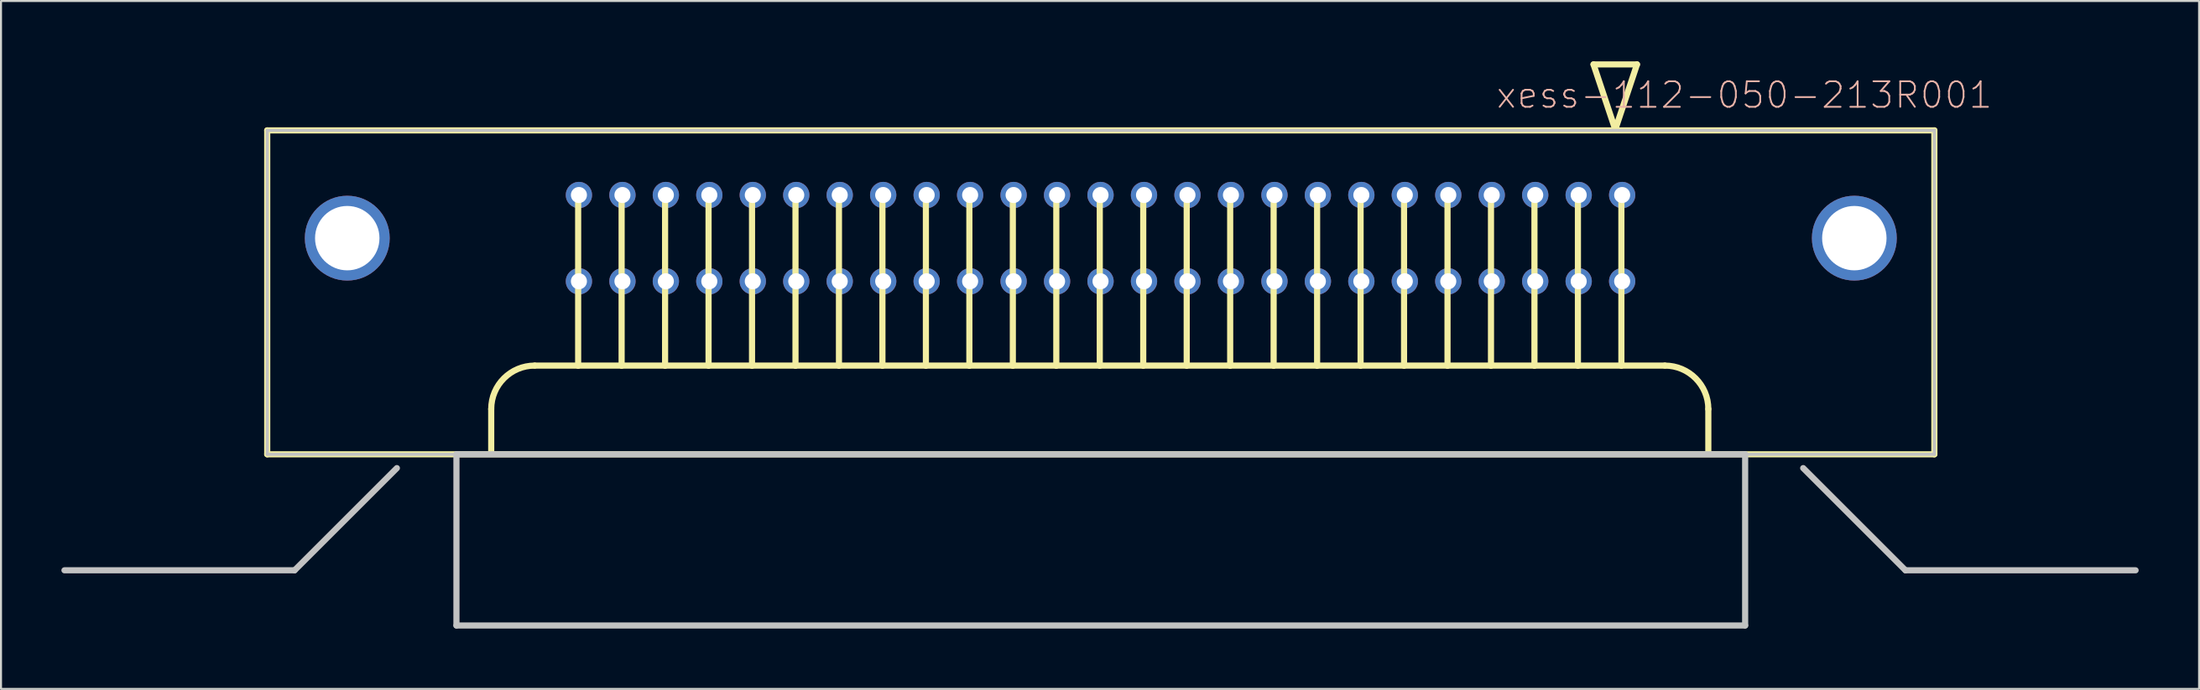
<source format=kicad_pcb>
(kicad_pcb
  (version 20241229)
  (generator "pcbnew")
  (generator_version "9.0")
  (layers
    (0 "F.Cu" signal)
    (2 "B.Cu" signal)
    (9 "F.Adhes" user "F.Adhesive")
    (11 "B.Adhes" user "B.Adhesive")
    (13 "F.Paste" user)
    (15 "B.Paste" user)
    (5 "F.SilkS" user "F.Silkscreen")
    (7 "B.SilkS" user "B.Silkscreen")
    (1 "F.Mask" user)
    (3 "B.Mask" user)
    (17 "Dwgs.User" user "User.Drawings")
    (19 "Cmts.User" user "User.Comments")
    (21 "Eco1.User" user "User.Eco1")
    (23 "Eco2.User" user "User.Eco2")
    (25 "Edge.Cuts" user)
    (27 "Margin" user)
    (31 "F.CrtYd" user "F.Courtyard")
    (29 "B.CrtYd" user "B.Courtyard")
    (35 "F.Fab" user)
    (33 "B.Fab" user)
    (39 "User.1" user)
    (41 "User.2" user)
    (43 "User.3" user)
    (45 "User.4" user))
  (footprint "xess-112-050-213R001"
    (layer "F.Cu")
    (at 89.052 8.788)
    (property "Reference" "xess-112-050-213R001" (at -5.461 -7.112 0) (layer "B.SilkS") (effects (font (size 1.27 1.27) (thickness 0.089))))
    (attr exclude_from_pos_files exclude_from_bom)
    (fp_line (start -78.829 -5.357) (end -78.829 10.744) (stroke (width 0.305) (type solid)) (layer "F.SilkS"))
    (fp_line (start -78.829 10.744) (end 3.975 10.744) (stroke (width 0.305) (type solid)) (layer "F.SilkS"))
    (fp_line (start -67.704 10.653) (end -67.704 8.494) (stroke (width 0.305) (type solid)) (layer "F.SilkS"))
    (fp_line (start -65.545 6.335) (end -63.386 6.335) (stroke (width 0.305) (type solid)) (layer "F.SilkS"))
    (fp_line (start -63.386 6.335) (end -63.386 -2.299) (stroke (width 0.305) (type solid)) (layer "F.SilkS"))
    (fp_line (start -63.386 6.335) (end -61.227 6.335) (stroke (width 0.305) (type solid)) (layer "F.SilkS"))
    (fp_line (start -61.227 6.335) (end -61.227 -2.299) (stroke (width 0.305) (type solid)) (layer "F.SilkS"))
    (fp_line (start -61.227 6.335) (end -59.068 6.335) (stroke (width 0.305) (type solid)) (layer "F.SilkS"))
    (fp_line (start -59.068 6.335) (end -59.068 -2.299) (stroke (width 0.305) (type solid)) (layer "F.SilkS"))
    (fp_line (start -59.068 6.335) (end -56.909 6.335) (stroke (width 0.305) (type solid)) (layer "F.SilkS"))
    (fp_line (start -56.909 6.335) (end -56.909 -2.299) (stroke (width 0.305) (type solid)) (layer "F.SilkS"))
    (fp_line (start -56.909 6.335) (end -54.75 6.335) (stroke (width 0.305) (type solid)) (layer "F.SilkS"))
    (fp_line (start -54.75 6.335) (end -54.75 -2.299) (stroke (width 0.305) (type solid)) (layer "F.SilkS"))
    (fp_line (start -54.75 6.335) (end -52.591 6.335) (stroke (width 0.305) (type solid)) (layer "F.SilkS"))
    (fp_line (start -52.591 6.335) (end -52.591 -2.299) (stroke (width 0.305) (type solid)) (layer "F.SilkS"))
    (fp_line (start -52.591 6.335) (end -50.432 6.335) (stroke (width 0.305) (type solid)) (layer "F.SilkS"))
    (fp_line (start -50.432 6.335) (end -50.432 -2.299) (stroke (width 0.305) (type solid)) (layer "F.SilkS"))
    (fp_line (start -50.432 6.335) (end -48.273 6.335) (stroke (width 0.305) (type solid)) (layer "F.SilkS"))
    (fp_line (start -48.273 6.335) (end -48.273 -2.299) (stroke (width 0.305) (type solid)) (layer "F.SilkS"))
    (fp_line (start -48.273 6.335) (end -46.114 6.335) (stroke (width 0.305) (type solid)) (layer "F.SilkS"))
    (fp_line (start -46.114 6.335) (end -46.114 -2.299) (stroke (width 0.305) (type solid)) (layer "F.SilkS"))
    (fp_line (start -46.114 6.335) (end -43.955 6.335) (stroke (width 0.305) (type solid)) (layer "F.SilkS"))
    (fp_line (start -43.955 6.335) (end -43.955 -2.299) (stroke (width 0.305) (type solid)) (layer "F.SilkS"))
    (fp_line (start -43.955 6.335) (end -41.796 6.335) (stroke (width 0.305) (type solid)) (layer "F.SilkS"))
    (fp_line (start -41.796 6.335) (end -41.796 -2.299) (stroke (width 0.305) (type solid)) (layer "F.SilkS"))
    (fp_line (start -41.796 6.335) (end -39.637 6.335) (stroke (width 0.305) (type solid)) (layer "F.SilkS"))
    (fp_line (start -39.637 6.335) (end -39.637 -2.299) (stroke (width 0.305) (type solid)) (layer "F.SilkS"))
    (fp_line (start -39.637 6.335) (end -37.478 6.335) (stroke (width 0.305) (type solid)) (layer "F.SilkS"))
    (fp_line (start -37.478 6.335) (end -37.478 -2.299) (stroke (width 0.305) (type solid)) (layer "F.SilkS"))
    (fp_line (start -37.478 6.335) (end -35.319 6.335) (stroke (width 0.305) (type solid)) (layer "F.SilkS"))
    (fp_line (start -35.319 6.335) (end -35.319 -2.299) (stroke (width 0.305) (type solid)) (layer "F.SilkS"))
    (fp_line (start -35.319 6.335) (end -33.16 6.335) (stroke (width 0.305) (type solid)) (layer "F.SilkS"))
    (fp_line (start -33.16 6.335) (end -33.16 -2.299) (stroke (width 0.305) (type solid)) (layer "F.SilkS"))
    (fp_line (start -33.16 6.335) (end -31.001 6.335) (stroke (width 0.305) (type solid)) (layer "F.SilkS"))
    (fp_line (start -31.001 6.335) (end -31.001 -2.299) (stroke (width 0.305) (type solid)) (layer "F.SilkS"))
    (fp_line (start -31.001 6.335) (end -28.842 6.335) (stroke (width 0.305) (type solid)) (layer "F.SilkS"))
    (fp_line (start -28.842 6.335) (end -28.842 -2.299) (stroke (width 0.305) (type solid)) (layer "F.SilkS"))
    (fp_line (start -28.842 6.335) (end -26.683 6.335) (stroke (width 0.305) (type solid)) (layer "F.SilkS"))
    (fp_line (start -26.683 6.335) (end -26.683 -2.299) (stroke (width 0.305) (type solid)) (layer "F.SilkS"))
    (fp_line (start -26.683 6.335) (end -24.524 6.335) (stroke (width 0.305) (type solid)) (layer "F.SilkS"))
    (fp_line (start -24.524 6.335) (end -24.524 -2.299) (stroke (width 0.305) (type solid)) (layer "F.SilkS"))
    (fp_line (start -24.524 6.335) (end -22.365 6.335) (stroke (width 0.305) (type solid)) (layer "F.SilkS"))
    (fp_line (start -22.365 6.335) (end -22.365 -2.299) (stroke (width 0.305) (type solid)) (layer "F.SilkS"))
    (fp_line (start -22.365 6.335) (end -20.206 6.335) (stroke (width 0.305) (type solid)) (layer "F.SilkS"))
    (fp_line (start -20.206 6.335) (end -20.206 -2.299) (stroke (width 0.305) (type solid)) (layer "F.SilkS"))
    (fp_line (start -20.206 6.335) (end -18.047 6.335) (stroke (width 0.305) (type solid)) (layer "F.SilkS"))
    (fp_line (start -18.047 6.335) (end -18.047 -2.299) (stroke (width 0.305) (type solid)) (layer "F.SilkS"))
    (fp_line (start -18.047 6.335) (end -15.888 6.335) (stroke (width 0.305) (type solid)) (layer "F.SilkS"))
    (fp_line (start -15.888 6.335) (end -15.888 -2.299) (stroke (width 0.305) (type solid)) (layer "F.SilkS"))
    (fp_line (start -15.888 6.335) (end -13.729 6.335) (stroke (width 0.305) (type solid)) (layer "F.SilkS"))
    (fp_line (start -13.729 6.335) (end -13.729 -2.299) (stroke (width 0.305) (type solid)) (layer "F.SilkS"))
    (fp_line (start -13.729 6.335) (end -11.57 6.335) (stroke (width 0.305) (type solid)) (layer "F.SilkS"))
    (fp_line (start -12.954 -8.636) (end -11.874 -5.397) (stroke (width 0.305) (type solid)) (layer "F.SilkS"))
    (fp_line (start -11.874 -5.397) (end -10.795 -8.636) (stroke (width 0.305) (type solid)) (layer "F.SilkS"))
    (fp_line (start -11.57 6.335) (end -11.57 -2.299) (stroke (width 0.305) (type solid)) (layer "F.SilkS"))
    (fp_line (start -11.57 6.335) (end -9.411 6.335) (stroke (width 0.305) (type solid)) (layer "F.SilkS"))
    (fp_line (start -10.795 -8.636) (end -12.954 -8.636) (stroke (width 0.305) (type solid)) (layer "F.SilkS"))
    (fp_line (start -7.252 8.494) (end -7.252 10.653) (stroke (width 0.305) (type solid)) (layer "F.SilkS"))
    (fp_line (start 3.975 -5.357) (end -78.829 -5.357) (stroke (width 0.305) (type solid)) (layer "F.SilkS"))
    (fp_line (start 3.975 10.744) (end 3.975 -5.357) (stroke (width 0.305) (type solid)) (layer "F.SilkS"))
    (fp_arc (start -67.7037 8.49376) (mid -67.071344 6.967116) (end -65.5447 6.33476) (stroke (width 0.3048) (type solid)) (layer "F.SilkS"))
    (fp_arc (start -9.4107 6.33476) (mid -7.884056 6.967116) (end -7.2517 8.49376) (stroke (width 0.3048) (type solid)) (layer "F.SilkS"))
    (fp_line (start -78.829 -5.357) (end -78.829 10.744) (stroke (width 0.15) (type solid)) (layer "Dwgs.User"))
    (fp_line (start -78.829 10.744) (end 3.975 10.744) (stroke (width 0.15) (type solid)) (layer "Dwgs.User"))
    (fp_line (start -77.47 16.51) (end -88.9 16.51) (stroke (width 0.305) (type solid)) (layer "Dwgs.User"))
    (fp_line (start -72.39 11.43) (end -77.47 16.51) (stroke (width 0.305) (type solid)) (layer "Dwgs.User"))
    (fp_line (start -69.431 10.744) (end -69.431 19.253) (stroke (width 0.305) (type solid)) (layer "Dwgs.User"))
    (fp_line (start -69.431 19.253) (end -5.423 19.253) (stroke (width 0.305) (type solid)) (layer "Dwgs.User"))
    (fp_line (start -5.423 10.744) (end -69.431 10.744) (stroke (width 0.305) (type solid)) (layer "Dwgs.User"))
    (fp_line (start -5.423 19.253) (end -5.423 10.744) (stroke (width 0.305) (type solid)) (layer "Dwgs.User"))
    (fp_line (start -2.54 11.43) (end 2.54 16.51) (stroke (width 0.305) (type solid)) (layer "Dwgs.User"))
    (fp_line (start 2.54 16.51) (end 13.97 16.51) (stroke (width 0.305) (type solid)) (layer "Dwgs.User"))
    (fp_line (start 3.975 -5.357) (end -78.829 -5.357) (stroke (width 0.15) (type solid)) (layer "Dwgs.User"))
    (fp_line (start 3.975 10.744) (end 3.975 -5.357) (stroke (width 0.15) (type solid)) (layer "Dwgs.User"))
    (pad "1" thru_hole circle (at -11.532 -2.144) (size 1.306 1.306) (drill 0.798) (layers "*.Cu" "*.Mask"))
    (pad "2" thru_hole circle (at -13.691 -2.144) (size 1.306 1.306) (drill 0.798) (layers "*.Cu" "*.Mask"))
    (pad "3" thru_hole circle (at -15.85 -2.144) (size 1.306 1.306) (drill 0.798) (layers "*.Cu" "*.Mask"))
    (pad "4" thru_hole circle (at -18.009 -2.144) (size 1.306 1.306) (drill 0.798) (layers "*.Cu" "*.Mask"))
    (pad "5" thru_hole circle (at -20.168 -2.144) (size 1.306 1.306) (drill 0.798) (layers "*.Cu" "*.Mask"))
    (pad "6" thru_hole circle (at -22.327 -2.144) (size 1.306 1.306) (drill 0.798) (layers "*.Cu" "*.Mask"))
    (pad "7" thru_hole circle (at -24.486 -2.144) (size 1.306 1.306) (drill 0.798) (layers "*.Cu" "*.Mask"))
    (pad "8" thru_hole circle (at -26.645 -2.144) (size 1.306 1.306) (drill 0.798) (layers "*.Cu" "*.Mask"))
    (pad "9" thru_hole circle (at -28.801 -2.144) (size 1.306 1.306) (drill 0.798) (layers "*.Cu" "*.Mask"))
    (pad "10" thru_hole circle (at -30.963 -2.144) (size 1.306 1.306) (drill 0.798) (layers "*.Cu" "*.Mask"))
    (pad "11" thru_hole circle (at -33.122 -2.144) (size 1.306 1.306) (drill 0.798) (layers "*.Cu" "*.Mask"))
    (pad "12" thru_hole circle (at -35.281 -2.144) (size 1.306 1.306) (drill 0.798) (layers "*.Cu" "*.Mask"))
    (pad "13" thru_hole circle (at -37.44 -2.144) (size 1.306 1.306) (drill 0.798) (layers "*.Cu" "*.Mask"))
    (pad "14" thru_hole circle (at -39.599 -2.144) (size 1.306 1.306) (drill 0.798) (layers "*.Cu" "*.Mask"))
    (pad "15" thru_hole circle (at -41.758 -2.144) (size 1.306 1.306) (drill 0.798) (layers "*.Cu" "*.Mask"))
    (pad "16" thru_hole circle (at -43.917 -2.144) (size 1.306 1.306) (drill 0.798) (layers "*.Cu" "*.Mask"))
    (pad "17" thru_hole circle (at -46.076 -2.144) (size 1.306 1.306) (drill 0.798) (layers "*.Cu" "*.Mask"))
    (pad "18" thru_hole circle (at -48.235 -2.144) (size 1.306 1.306) (drill 0.798) (layers "*.Cu" "*.Mask"))
    (pad "19" thru_hole circle (at -50.394 -2.144) (size 1.306 1.306) (drill 0.798) (layers "*.Cu" "*.Mask"))
    (pad "20" thru_hole circle (at -52.553 -2.144) (size 1.306 1.306) (drill 0.798) (layers "*.Cu" "*.Mask"))
    (pad "21" thru_hole circle (at -54.712 -2.144) (size 1.306 1.306) (drill 0.798) (layers "*.Cu" "*.Mask"))
    (pad "22" thru_hole circle (at -56.871 -2.144) (size 1.306 1.306) (drill 0.798) (layers "*.Cu" "*.Mask"))
    (pad "23" thru_hole circle (at -59.03 -2.144) (size 1.306 1.306) (drill 0.798) (layers "*.Cu" "*.Mask"))
    (pad "24" thru_hole circle (at -61.186 -2.144) (size 1.306 1.306) (drill 0.798) (layers "*.Cu" "*.Mask"))
    (pad "25" thru_hole circle (at -63.348 -2.144) (size 1.306 1.306) (drill 0.798) (layers "*.Cu" "*.Mask"))
    (pad "26" thru_hole circle (at -11.532 2.144) (size 1.306 1.306) (drill 0.798) (layers "*.Cu" "*.Mask"))
    (pad "27" thru_hole circle (at -13.691 2.144) (size 1.306 1.306) (drill 0.798) (layers "*.Cu" "*.Mask"))
    (pad "28" thru_hole circle (at -15.85 2.144) (size 1.306 1.306) (drill 0.798) (layers "*.Cu" "*.Mask"))
    (pad "29" thru_hole circle (at -18.009 2.144) (size 1.306 1.306) (drill 0.798) (layers "*.Cu" "*.Mask"))
    (pad "30" thru_hole circle (at -20.168 2.144) (size 1.306 1.306) (drill 0.798) (layers "*.Cu" "*.Mask"))
    (pad "31" thru_hole circle (at -22.327 2.144) (size 1.306 1.306) (drill 0.798) (layers "*.Cu" "*.Mask"))
    (pad "32" thru_hole circle (at -24.486 2.144) (size 1.306 1.306) (drill 0.798) (layers "*.Cu" "*.Mask"))
    (pad "33" thru_hole circle (at -26.645 2.144) (size 1.306 1.306) (drill 0.798) (layers "*.Cu" "*.Mask"))
    (pad "34" thru_hole circle (at -28.801 2.144) (size 1.306 1.306) (drill 0.798) (layers "*.Cu" "*.Mask"))
    (pad "35" thru_hole circle (at -30.963 2.144) (size 1.306 1.306) (drill 0.798) (layers "*.Cu" "*.Mask"))
    (pad "36" thru_hole circle (at -33.122 2.144) (size 1.306 1.306) (drill 0.798) (layers "*.Cu" "*.Mask"))
    (pad "37" thru_hole circle (at -35.281 2.144) (size 1.306 1.306) (drill 0.798) (layers "*.Cu" "*.Mask"))
    (pad "38" thru_hole circle (at -37.44 2.144) (size 1.306 1.306) (drill 0.798) (layers "*.Cu" "*.Mask"))
    (pad "39" thru_hole circle (at -39.599 2.144) (size 1.306 1.306) (drill 0.798) (layers "*.Cu" "*.Mask"))
    (pad "40" thru_hole circle (at -41.758 2.144) (size 1.306 1.306) (drill 0.798) (layers "*.Cu" "*.Mask"))
    (pad "41" thru_hole circle (at -43.917 2.144) (size 1.306 1.306) (drill 0.798) (layers "*.Cu" "*.Mask"))
    (pad "42" thru_hole circle (at -46.076 2.144) (size 1.306 1.306) (drill 0.798) (layers "*.Cu" "*.Mask"))
    (pad "43" thru_hole circle (at -48.235 2.144) (size 1.306 1.306) (drill 0.798) (layers "*.Cu" "*.Mask"))
    (pad "44" thru_hole circle (at -50.394 2.144) (size 1.306 1.306) (drill 0.798) (layers "*.Cu" "*.Mask"))
    (pad "45" thru_hole circle (at -52.553 2.144) (size 1.306 1.306) (drill 0.798) (layers "*.Cu" "*.Mask"))
    (pad "46" thru_hole circle (at -54.712 2.144) (size 1.306 1.306) (drill 0.798) (layers "*.Cu" "*.Mask"))
    (pad "47" thru_hole circle (at -56.871 2.144) (size 1.306 1.306) (drill 0.798) (layers "*.Cu" "*.Mask"))
    (pad "48" thru_hole circle (at -59.03 2.144) (size 1.306 1.306) (drill 0.798) (layers "*.Cu" "*.Mask"))
    (pad "49" thru_hole circle (at -61.186 2.144) (size 1.306 1.306) (drill 0.798) (layers "*.Cu" "*.Mask"))
    (pad "50" thru_hole circle (at -63.348 2.144) (size 1.306 1.306) (drill 0.798) (layers "*.Cu" "*.Mask"))
    (pad "G1" thru_hole circle (at 0 0) (size 4.216 4.216) (drill 3.2) (layers "*.Cu" "*.Mask"))
    (pad "G2" thru_hole circle (at -74.854 0) (size 4.216 4.216) (drill 3.2) (layers "*.Cu" "*.Mask")))
  (gr_rect
    (start -3 -3)
    (end 106.175 31.194)
    (stroke (width 0.1) (type default))
    (fill no)
    (layer "Edge.Cuts")))
</source>
